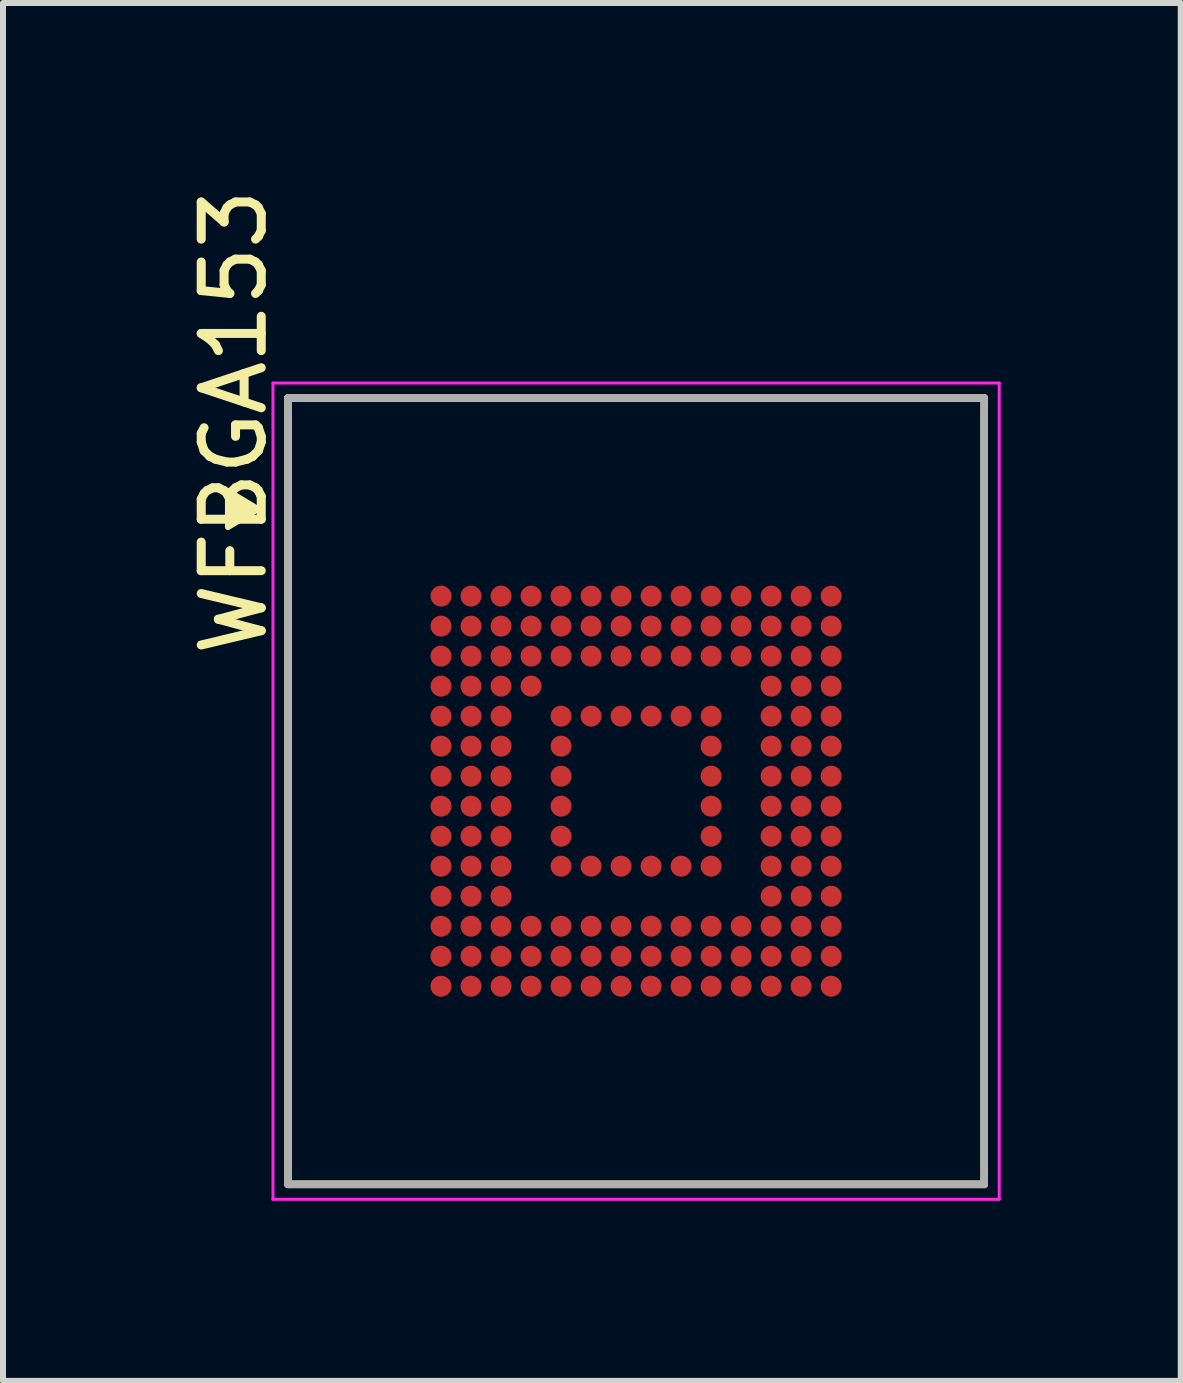
<source format=kicad_pcb>
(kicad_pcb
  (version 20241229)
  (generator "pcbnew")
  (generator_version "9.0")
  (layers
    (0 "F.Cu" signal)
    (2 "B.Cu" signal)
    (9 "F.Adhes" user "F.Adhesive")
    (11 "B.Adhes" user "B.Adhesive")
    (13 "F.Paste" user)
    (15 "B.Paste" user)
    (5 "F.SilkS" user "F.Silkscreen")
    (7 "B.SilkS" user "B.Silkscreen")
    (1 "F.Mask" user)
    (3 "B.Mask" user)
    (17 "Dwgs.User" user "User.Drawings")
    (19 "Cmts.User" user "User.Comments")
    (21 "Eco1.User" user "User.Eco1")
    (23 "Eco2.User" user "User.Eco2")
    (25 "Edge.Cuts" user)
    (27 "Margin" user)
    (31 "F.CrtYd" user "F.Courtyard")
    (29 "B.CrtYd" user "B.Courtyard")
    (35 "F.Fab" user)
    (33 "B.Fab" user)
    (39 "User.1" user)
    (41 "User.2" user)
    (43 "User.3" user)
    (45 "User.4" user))
  (footprint "WFBGA153"
    (layer "F.Cu")
    (at 7.548 10.132)
    (property "Reference" "WFBGA153" (at -6.7 -6.15 90) (layer "F.SilkS") (effects (font (size 1 1) (thickness 0.15))))
    (attr smd)
    (fp_line (start -5.8 -6.55) (end -5.8 6.55) (stroke (width 0.127) (type solid)) (layer "F.SilkS"))
    (fp_line (start -5.8 -6.55) (end 5.8 -6.55) (stroke (width 0.127) (type solid)) (layer "F.SilkS"))
    (fp_line (start -5.8 6.55) (end 5.8 6.55) (stroke (width 0.127) (type solid)) (layer "F.SilkS"))
    (fp_line (start 5.8 -6.55) (end 5.8 6.55) (stroke (width 0.127) (type solid)) (layer "F.SilkS"))
    (fp_poly (pts (xy -6.3 -4.7) (xy -6.8 -4.4) (xy -6.8 -5)) (stroke (width 0.1) (type solid)) (fill yes) (layer "F.SilkS"))
    (fp_line (start -6.05 -6.8) (end -6.05 6.8) (stroke (width 0.05) (type solid)) (layer "F.CrtYd"))
    (fp_line (start 6.05 -6.8) (end -6.05 -6.8) (stroke (width 0.05) (type solid)) (layer "F.CrtYd"))
    (fp_line (start 6.05 -6.8) (end 6.05 6.8) (stroke (width 0.05) (type solid)) (layer "F.CrtYd"))
    (fp_line (start 6.05 6.8) (end -6.05 6.8) (stroke (width 0.05) (type solid)) (layer "F.CrtYd"))
    (fp_line (start -5.8 -6.55) (end -5.8 6.55) (stroke (width 0.127) (type solid)) (layer "F.Fab"))
    (fp_line (start -5.8 -6.55) (end 5.8 -6.55) (stroke (width 0.127) (type solid)) (layer "F.Fab"))
    (fp_line (start -5.8 6.55) (end 5.8 6.55) (stroke (width 0.127) (type solid)) (layer "F.Fab"))
    (fp_line (start 5.8 -6.55) (end 5.8 6.55) (stroke (width 0.127) (type solid)) (layer "F.Fab"))
    (pad "A1" smd circle (at -3.25 -3.25) (size 0.35 0.35) (layers "F.Cu" "F.Mask" "F.Paste"))
    (pad "A2" smd circle (at -2.75 -3.25) (size 0.35 0.35) (layers "F.Cu" "F.Mask" "F.Paste"))
    (pad "A3" smd circle (at -2.25 -3.25) (size 0.35 0.35) (layers "F.Cu" "F.Mask" "F.Paste"))
    (pad "A4" smd circle (at -1.75 -3.25) (size 0.35 0.35) (layers "F.Cu" "F.Mask" "F.Paste"))
    (pad "A5" smd circle (at -1.25 -3.25) (size 0.35 0.35) (layers "F.Cu" "F.Mask" "F.Paste"))
    (pad "A6" smd circle (at -0.75 -3.25) (size 0.35 0.35) (layers "F.Cu" "F.Mask" "F.Paste"))
    (pad "A7" smd circle (at -0.25 -3.25) (size 0.35 0.35) (layers "F.Cu" "F.Mask" "F.Paste"))
    (pad "A8" smd circle (at 0.25 -3.25) (size 0.35 0.35) (layers "F.Cu" "F.Mask" "F.Paste"))
    (pad "A9" smd circle (at 0.75 -3.25) (size 0.35 0.35) (layers "F.Cu" "F.Mask" "F.Paste"))
    (pad "A10" smd circle (at 1.25 -3.25) (size 0.35 0.35) (layers "F.Cu" "F.Mask" "F.Paste"))
    (pad "A11" smd circle (at 1.75 -3.25) (size 0.35 0.35) (layers "F.Cu" "F.Mask" "F.Paste"))
    (pad "A12" smd circle (at 2.25 -3.25) (size 0.35 0.35) (layers "F.Cu" "F.Mask" "F.Paste"))
    (pad "A13" smd circle (at 2.75 -3.25) (size 0.35 0.35) (layers "F.Cu" "F.Mask" "F.Paste"))
    (pad "A14" smd circle (at 3.25 -3.25) (size 0.35 0.35) (layers "F.Cu" "F.Mask" "F.Paste"))
    (pad "B1" smd circle (at -3.25 -2.75) (size 0.35 0.35) (layers "F.Cu" "F.Mask" "F.Paste"))
    (pad "B2" smd circle (at -2.75 -2.75) (size 0.35 0.35) (layers "F.Cu" "F.Mask" "F.Paste"))
    (pad "B3" smd circle (at -2.25 -2.75) (size 0.35 0.35) (layers "F.Cu" "F.Mask" "F.Paste"))
    (pad "B4" smd circle (at -1.75 -2.75) (size 0.35 0.35) (layers "F.Cu" "F.Mask" "F.Paste"))
    (pad "B5" smd circle (at -1.25 -2.75) (size 0.35 0.35) (layers "F.Cu" "F.Mask" "F.Paste"))
    (pad "B6" smd circle (at -0.75 -2.75) (size 0.35 0.35) (layers "F.Cu" "F.Mask" "F.Paste"))
    (pad "B7" smd circle (at -0.25 -2.75) (size 0.35 0.35) (layers "F.Cu" "F.Mask" "F.Paste"))
    (pad "B8" smd circle (at 0.25 -2.75) (size 0.35 0.35) (layers "F.Cu" "F.Mask" "F.Paste"))
    (pad "B9" smd circle (at 0.75 -2.75) (size 0.35 0.35) (layers "F.Cu" "F.Mask" "F.Paste"))
    (pad "B10" smd circle (at 1.25 -2.75) (size 0.35 0.35) (layers "F.Cu" "F.Mask" "F.Paste"))
    (pad "B11" smd circle (at 1.75 -2.75) (size 0.35 0.35) (layers "F.Cu" "F.Mask" "F.Paste"))
    (pad "B12" smd circle (at 2.25 -2.75) (size 0.35 0.35) (layers "F.Cu" "F.Mask" "F.Paste"))
    (pad "B13" smd circle (at 2.75 -2.75) (size 0.35 0.35) (layers "F.Cu" "F.Mask" "F.Paste"))
    (pad "B14" smd circle (at 3.25 -2.75) (size 0.35 0.35) (layers "F.Cu" "F.Mask" "F.Paste"))
    (pad "C1" smd circle (at -3.25 -2.25) (size 0.35 0.35) (layers "F.Cu" "F.Mask" "F.Paste"))
    (pad "C2" smd circle (at -2.75 -2.25) (size 0.35 0.35) (layers "F.Cu" "F.Mask" "F.Paste"))
    (pad "C3" smd circle (at -2.25 -2.25) (size 0.35 0.35) (layers "F.Cu" "F.Mask" "F.Paste"))
    (pad "C4" smd circle (at -1.75 -2.25) (size 0.35 0.35) (layers "F.Cu" "F.Mask" "F.Paste"))
    (pad "C5" smd circle (at -1.25 -2.25) (size 0.35 0.35) (layers "F.Cu" "F.Mask" "F.Paste"))
    (pad "C6" smd circle (at -0.75 -2.25) (size 0.35 0.35) (layers "F.Cu" "F.Mask" "F.Paste"))
    (pad "C7" smd circle (at -0.25 -2.25) (size 0.35 0.35) (layers "F.Cu" "F.Mask" "F.Paste"))
    (pad "C8" smd circle (at 0.25 -2.25) (size 0.35 0.35) (layers "F.Cu" "F.Mask" "F.Paste"))
    (pad "C9" smd circle (at 0.75 -2.25) (size 0.35 0.35) (layers "F.Cu" "F.Mask" "F.Paste"))
    (pad "C10" smd circle (at 1.25 -2.25) (size 0.35 0.35) (layers "F.Cu" "F.Mask" "F.Paste"))
    (pad "C11" smd circle (at 1.75 -2.25) (size 0.35 0.35) (layers "F.Cu" "F.Mask" "F.Paste"))
    (pad "C12" smd circle (at 2.25 -2.25) (size 0.35 0.35) (layers "F.Cu" "F.Mask" "F.Paste"))
    (pad "C13" smd circle (at 2.75 -2.25) (size 0.35 0.35) (layers "F.Cu" "F.Mask" "F.Paste"))
    (pad "C14" smd circle (at 3.25 -2.25) (size 0.35 0.35) (layers "F.Cu" "F.Mask" "F.Paste"))
    (pad "D1" smd circle (at -3.25 -1.75) (size 0.35 0.35) (layers "F.Cu" "F.Mask" "F.Paste"))
    (pad "D2" smd circle (at -2.75 -1.75) (size 0.35 0.35) (layers "F.Cu" "F.Mask" "F.Paste"))
    (pad "D3" smd circle (at -2.25 -1.75) (size 0.35 0.35) (layers "F.Cu" "F.Mask" "F.Paste"))
    (pad "D4" smd circle (at -1.75 -1.75) (size 0.35 0.35) (layers "F.Cu" "F.Mask" "F.Paste"))
    (pad "D12" smd circle (at 2.25 -1.75) (size 0.35 0.35) (layers "F.Cu" "F.Mask" "F.Paste"))
    (pad "D13" smd circle (at 2.75 -1.75) (size 0.35 0.35) (layers "F.Cu" "F.Mask" "F.Paste"))
    (pad "D14" smd circle (at 3.25 -1.75) (size 0.35 0.35) (layers "F.Cu" "F.Mask" "F.Paste"))
    (pad "E1" smd circle (at -3.25 -1.25) (size 0.35 0.35) (layers "F.Cu" "F.Mask" "F.Paste"))
    (pad "E2" smd circle (at -2.75 -1.25) (size 0.35 0.35) (layers "F.Cu" "F.Mask" "F.Paste"))
    (pad "E3" smd circle (at -2.25 -1.25) (size 0.35 0.35) (layers "F.Cu" "F.Mask" "F.Paste"))
    (pad "E5" smd circle (at -1.25 -1.25) (size 0.35 0.35) (layers "F.Cu" "F.Mask" "F.Paste"))
    (pad "E6" smd circle (at -0.75 -1.25) (size 0.35 0.35) (layers "F.Cu" "F.Mask" "F.Paste"))
    (pad "E7" smd circle (at -0.25 -1.25) (size 0.35 0.35) (layers "F.Cu" "F.Mask" "F.Paste"))
    (pad "E8" smd circle (at 0.25 -1.25) (size 0.35 0.35) (layers "F.Cu" "F.Mask" "F.Paste"))
    (pad "E9" smd circle (at 0.75 -1.25) (size 0.35 0.35) (layers "F.Cu" "F.Mask" "F.Paste"))
    (pad "E10" smd circle (at 1.25 -1.25) (size 0.35 0.35) (layers "F.Cu" "F.Mask" "F.Paste"))
    (pad "E12" smd circle (at 2.25 -1.25) (size 0.35 0.35) (layers "F.Cu" "F.Mask" "F.Paste"))
    (pad "E13" smd circle (at 2.75 -1.25) (size 0.35 0.35) (layers "F.Cu" "F.Mask" "F.Paste"))
    (pad "E14" smd circle (at 3.25 -1.25) (size 0.35 0.35) (layers "F.Cu" "F.Mask" "F.Paste"))
    (pad "F1" smd circle (at -3.25 -0.75) (size 0.35 0.35) (layers "F.Cu" "F.Mask" "F.Paste"))
    (pad "F2" smd circle (at -2.75 -0.75) (size 0.35 0.35) (layers "F.Cu" "F.Mask" "F.Paste"))
    (pad "F3" smd circle (at -2.25 -0.75) (size 0.35 0.35) (layers "F.Cu" "F.Mask" "F.Paste"))
    (pad "F5" smd circle (at -1.25 -0.75) (size 0.35 0.35) (layers "F.Cu" "F.Mask" "F.Paste"))
    (pad "F10" smd circle (at 1.25 -0.75) (size 0.35 0.35) (layers "F.Cu" "F.Mask" "F.Paste"))
    (pad "F12" smd circle (at 2.25 -0.75) (size 0.35 0.35) (layers "F.Cu" "F.Mask" "F.Paste"))
    (pad "F13" smd circle (at 2.75 -0.75) (size 0.35 0.35) (layers "F.Cu" "F.Mask" "F.Paste"))
    (pad "F14" smd circle (at 3.25 -0.75) (size 0.35 0.35) (layers "F.Cu" "F.Mask" "F.Paste"))
    (pad "G1" smd circle (at -3.25 -0.25) (size 0.35 0.35) (layers "F.Cu" "F.Mask" "F.Paste"))
    (pad "G2" smd circle (at -2.75 -0.25) (size 0.35 0.35) (layers "F.Cu" "F.Mask" "F.Paste"))
    (pad "G3" smd circle (at -2.25 -0.25) (size 0.35 0.35) (layers "F.Cu" "F.Mask" "F.Paste"))
    (pad "G5" smd circle (at -1.25 -0.25) (size 0.35 0.35) (layers "F.Cu" "F.Mask" "F.Paste"))
    (pad "G10" smd circle (at 1.25 -0.25) (size 0.35 0.35) (layers "F.Cu" "F.Mask" "F.Paste"))
    (pad "G12" smd circle (at 2.25 -0.25) (size 0.35 0.35) (layers "F.Cu" "F.Mask" "F.Paste"))
    (pad "G13" smd circle (at 2.75 -0.25) (size 0.35 0.35) (layers "F.Cu" "F.Mask" "F.Paste"))
    (pad "G14" smd circle (at 3.25 -0.25) (size 0.35 0.35) (layers "F.Cu" "F.Mask" "F.Paste"))
    (pad "H1" smd circle (at -3.25 0.25) (size 0.35 0.35) (layers "F.Cu" "F.Mask" "F.Paste"))
    (pad "H2" smd circle (at -2.75 0.25) (size 0.35 0.35) (layers "F.Cu" "F.Mask" "F.Paste"))
    (pad "H3" smd circle (at -2.25 0.25) (size 0.35 0.35) (layers "F.Cu" "F.Mask" "F.Paste"))
    (pad "H5" smd circle (at -1.25 0.25) (size 0.35 0.35) (layers "F.Cu" "F.Mask" "F.Paste"))
    (pad "H10" smd circle (at 1.25 0.25) (size 0.35 0.35) (layers "F.Cu" "F.Mask" "F.Paste"))
    (pad "H12" smd circle (at 2.25 0.25) (size 0.35 0.35) (layers "F.Cu" "F.Mask" "F.Paste"))
    (pad "H13" smd circle (at 2.75 0.25) (size 0.35 0.35) (layers "F.Cu" "F.Mask" "F.Paste"))
    (pad "H14" smd circle (at 3.25 0.25) (size 0.35 0.35) (layers "F.Cu" "F.Mask" "F.Paste"))
    (pad "J1" smd circle (at -3.25 0.75) (size 0.35 0.35) (layers "F.Cu" "F.Mask" "F.Paste"))
    (pad "J2" smd circle (at -2.75 0.75) (size 0.35 0.35) (layers "F.Cu" "F.Mask" "F.Paste"))
    (pad "J3" smd circle (at -2.25 0.75) (size 0.35 0.35) (layers "F.Cu" "F.Mask" "F.Paste"))
    (pad "J5" smd circle (at -1.25 0.75) (size 0.35 0.35) (layers "F.Cu" "F.Mask" "F.Paste"))
    (pad "J10" smd circle (at 1.25 0.75) (size 0.35 0.35) (layers "F.Cu" "F.Mask" "F.Paste"))
    (pad "J12" smd circle (at 2.25 0.75) (size 0.35 0.35) (layers "F.Cu" "F.Mask" "F.Paste"))
    (pad "J13" smd circle (at 2.75 0.75) (size 0.35 0.35) (layers "F.Cu" "F.Mask" "F.Paste"))
    (pad "J14" smd circle (at 3.25 0.75) (size 0.35 0.35) (layers "F.Cu" "F.Mask" "F.Paste"))
    (pad "K1" smd circle (at -3.25 1.25) (size 0.35 0.35) (layers "F.Cu" "F.Mask" "F.Paste"))
    (pad "K2" smd circle (at -2.75 1.25) (size 0.35 0.35) (layers "F.Cu" "F.Mask" "F.Paste"))
    (pad "K3" smd circle (at -2.25 1.25) (size 0.35 0.35) (layers "F.Cu" "F.Mask" "F.Paste"))
    (pad "K5" smd circle (at -1.25 1.25) (size 0.35 0.35) (layers "F.Cu" "F.Mask" "F.Paste"))
    (pad "K6" smd circle (at -0.75 1.25) (size 0.35 0.35) (layers "F.Cu" "F.Mask" "F.Paste"))
    (pad "K7" smd circle (at -0.25 1.25) (size 0.35 0.35) (layers "F.Cu" "F.Mask" "F.Paste"))
    (pad "K8" smd circle (at 0.25 1.25) (size 0.35 0.35) (layers "F.Cu" "F.Mask" "F.Paste"))
    (pad "K9" smd circle (at 0.75 1.25) (size 0.35 0.35) (layers "F.Cu" "F.Mask" "F.Paste"))
    (pad "K10" smd circle (at 1.25 1.25) (size 0.35 0.35) (layers "F.Cu" "F.Mask" "F.Paste"))
    (pad "K12" smd circle (at 2.25 1.25) (size 0.35 0.35) (layers "F.Cu" "F.Mask" "F.Paste"))
    (pad "K13" smd circle (at 2.75 1.25) (size 0.35 0.35) (layers "F.Cu" "F.Mask" "F.Paste"))
    (pad "K14" smd circle (at 3.25 1.25) (size 0.35 0.35) (layers "F.Cu" "F.Mask" "F.Paste"))
    (pad "L1" smd circle (at -3.25 1.75) (size 0.35 0.35) (layers "F.Cu" "F.Mask" "F.Paste"))
    (pad "L2" smd circle (at -2.75 1.75) (size 0.35 0.35) (layers "F.Cu" "F.Mask" "F.Paste"))
    (pad "L3" smd circle (at -2.25 1.75) (size 0.35 0.35) (layers "F.Cu" "F.Mask" "F.Paste"))
    (pad "L12" smd circle (at 2.25 1.75) (size 0.35 0.35) (layers "F.Cu" "F.Mask" "F.Paste"))
    (pad "L13" smd circle (at 2.75 1.75) (size 0.35 0.35) (layers "F.Cu" "F.Mask" "F.Paste"))
    (pad "L14" smd circle (at 3.25 1.75) (size 0.35 0.35) (layers "F.Cu" "F.Mask" "F.Paste"))
    (pad "M1" smd circle (at -3.25 2.25) (size 0.35 0.35) (layers "F.Cu" "F.Mask" "F.Paste"))
    (pad "M2" smd circle (at -2.75 2.25) (size 0.35 0.35) (layers "F.Cu" "F.Mask" "F.Paste"))
    (pad "M3" smd circle (at -2.25 2.25) (size 0.35 0.35) (layers "F.Cu" "F.Mask" "F.Paste"))
    (pad "M4" smd circle (at -1.75 2.25) (size 0.35 0.35) (layers "F.Cu" "F.Mask" "F.Paste"))
    (pad "M5" smd circle (at -1.25 2.25) (size 0.35 0.35) (layers "F.Cu" "F.Mask" "F.Paste"))
    (pad "M6" smd circle (at -0.75 2.25) (size 0.35 0.35) (layers "F.Cu" "F.Mask" "F.Paste"))
    (pad "M7" smd circle (at -0.25 2.25) (size 0.35 0.35) (layers "F.Cu" "F.Mask" "F.Paste"))
    (pad "M8" smd circle (at 0.25 2.25) (size 0.35 0.35) (layers "F.Cu" "F.Mask" "F.Paste"))
    (pad "M9" smd circle (at 0.75 2.25) (size 0.35 0.35) (layers "F.Cu" "F.Mask" "F.Paste"))
    (pad "M10" smd circle (at 1.25 2.25) (size 0.35 0.35) (layers "F.Cu" "F.Mask" "F.Paste"))
    (pad "M11" smd circle (at 1.75 2.25) (size 0.35 0.35) (layers "F.Cu" "F.Mask" "F.Paste"))
    (pad "M12" smd circle (at 2.25 2.25) (size 0.35 0.35) (layers "F.Cu" "F.Mask" "F.Paste"))
    (pad "M13" smd circle (at 2.75 2.25) (size 0.35 0.35) (layers "F.Cu" "F.Mask" "F.Paste"))
    (pad "M14" smd circle (at 3.25 2.25) (size 0.35 0.35) (layers "F.Cu" "F.Mask" "F.Paste"))
    (pad "N1" smd circle (at -3.25 2.75) (size 0.35 0.35) (layers "F.Cu" "F.Mask" "F.Paste"))
    (pad "N2" smd circle (at -2.75 2.75) (size 0.35 0.35) (layers "F.Cu" "F.Mask" "F.Paste"))
    (pad "N3" smd circle (at -2.25 2.75) (size 0.35 0.35) (layers "F.Cu" "F.Mask" "F.Paste"))
    (pad "N4" smd circle (at -1.75 2.75) (size 0.35 0.35) (layers "F.Cu" "F.Mask" "F.Paste"))
    (pad "N5" smd circle (at -1.25 2.75) (size 0.35 0.35) (layers "F.Cu" "F.Mask" "F.Paste"))
    (pad "N6" smd circle (at -0.75 2.75) (size 0.35 0.35) (layers "F.Cu" "F.Mask" "F.Paste"))
    (pad "N7" smd circle (at -0.25 2.75) (size 0.35 0.35) (layers "F.Cu" "F.Mask" "F.Paste"))
    (pad "N8" smd circle (at 0.25 2.75) (size 0.35 0.35) (layers "F.Cu" "F.Mask" "F.Paste"))
    (pad "N9" smd circle (at 0.75 2.75) (size 0.35 0.35) (layers "F.Cu" "F.Mask" "F.Paste"))
    (pad "N10" smd circle (at 1.25 2.75) (size 0.35 0.35) (layers "F.Cu" "F.Mask" "F.Paste"))
    (pad "N11" smd circle (at 1.75 2.75) (size 0.35 0.35) (layers "F.Cu" "F.Mask" "F.Paste"))
    (pad "N12" smd circle (at 2.25 2.75) (size 0.35 0.35) (layers "F.Cu" "F.Mask" "F.Paste"))
    (pad "N13" smd circle (at 2.75 2.75) (size 0.35 0.35) (layers "F.Cu" "F.Mask" "F.Paste"))
    (pad "N14" smd circle (at 3.25 2.75) (size 0.35 0.35) (layers "F.Cu" "F.Mask" "F.Paste"))
    (pad "P1" smd circle (at -3.25 3.25) (size 0.35 0.35) (layers "F.Cu" "F.Mask" "F.Paste"))
    (pad "P2" smd circle (at -2.75 3.25) (size 0.35 0.35) (layers "F.Cu" "F.Mask" "F.Paste"))
    (pad "P3" smd circle (at -2.25 3.25) (size 0.35 0.35) (layers "F.Cu" "F.Mask" "F.Paste"))
    (pad "P4" smd circle (at -1.75 3.25) (size 0.35 0.35) (layers "F.Cu" "F.Mask" "F.Paste"))
    (pad "P5" smd circle (at -1.25 3.25) (size 0.35 0.35) (layers "F.Cu" "F.Mask" "F.Paste"))
    (pad "P6" smd circle (at -0.75 3.25) (size 0.35 0.35) (layers "F.Cu" "F.Mask" "F.Paste"))
    (pad "P7" smd circle (at -0.25 3.25) (size 0.35 0.35) (layers "F.Cu" "F.Mask" "F.Paste"))
    (pad "P8" smd circle (at 0.25 3.25) (size 0.35 0.35) (layers "F.Cu" "F.Mask" "F.Paste"))
    (pad "P9" smd circle (at 0.75 3.25) (size 0.35 0.35) (layers "F.Cu" "F.Mask" "F.Paste"))
    (pad "P10" smd circle (at 1.25 3.25) (size 0.35 0.35) (layers "F.Cu" "F.Mask" "F.Paste"))
    (pad "P11" smd circle (at 1.75 3.25) (size 0.35 0.35) (layers "F.Cu" "F.Mask" "F.Paste"))
    (pad "P12" smd circle (at 2.25 3.25) (size 0.35 0.35) (layers "F.Cu" "F.Mask" "F.Paste"))
    (pad "P13" smd circle (at 2.75 3.25) (size 0.35 0.35) (layers "F.Cu" "F.Mask" "F.Paste"))
    (pad "P14" smd circle (at 3.25 3.25) (size 0.35 0.35) (layers "F.Cu" "F.Mask" "F.Paste")))
  (gr_rect
    (start -3 -3)
    (end 16.623 19.957)
    (stroke (width 0.1) (type default))
    (fill no)
    (layer "Edge.Cuts")))
</source>
